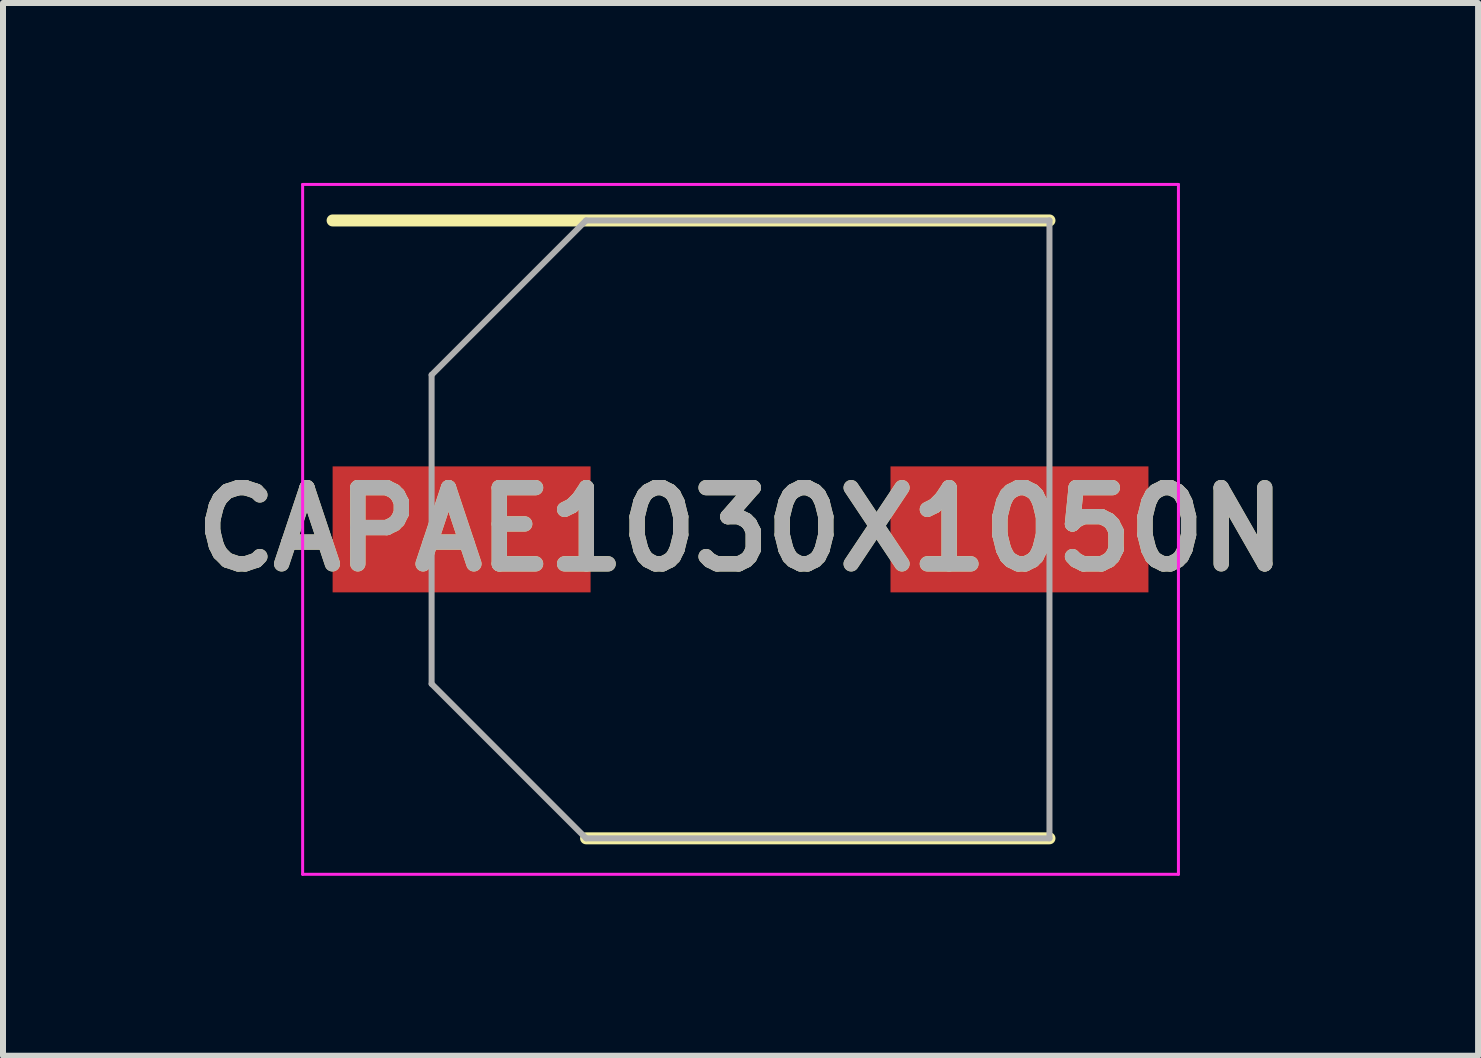
<source format=kicad_pcb>
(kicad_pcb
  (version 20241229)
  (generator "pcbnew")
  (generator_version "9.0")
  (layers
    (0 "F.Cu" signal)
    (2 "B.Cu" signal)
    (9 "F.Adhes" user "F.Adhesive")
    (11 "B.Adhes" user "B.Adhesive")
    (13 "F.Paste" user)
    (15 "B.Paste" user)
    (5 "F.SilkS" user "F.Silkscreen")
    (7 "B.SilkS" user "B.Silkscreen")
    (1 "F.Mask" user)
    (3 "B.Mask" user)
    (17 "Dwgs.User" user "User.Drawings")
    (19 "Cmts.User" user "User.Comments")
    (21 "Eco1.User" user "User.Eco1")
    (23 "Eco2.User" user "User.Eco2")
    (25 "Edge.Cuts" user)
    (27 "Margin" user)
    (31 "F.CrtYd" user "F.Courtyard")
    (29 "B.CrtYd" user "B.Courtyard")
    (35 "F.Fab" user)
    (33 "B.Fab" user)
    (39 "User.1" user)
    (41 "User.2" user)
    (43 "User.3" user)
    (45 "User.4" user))
  (footprint "CAPAE1030X1050N"
    (layer "F.Cu")
    (at 9.295 5.775)
    (property "Reference" "CAPAE1030X1050N" (at 0 0 0) (layer "F.SilkS") (effects (font (size 1.27 1.27) (thickness 0.254))))
    (attr smd)
    (fp_line (start -6.8 -5.15) (end 5.15 -5.15) (stroke (width 0.2) (type solid)) (layer "F.SilkS"))
    (fp_line (start -2.575 5.15) (end 5.15 5.15) (stroke (width 0.2) (type solid)) (layer "F.SilkS"))
    (fp_line (start -7.3 -5.75) (end 7.3 -5.75) (stroke (width 0.05) (type solid)) (layer "F.CrtYd"))
    (fp_line (start -7.3 5.75) (end -7.3 -5.75) (stroke (width 0.05) (type solid)) (layer "F.CrtYd"))
    (fp_line (start 7.3 -5.75) (end 7.3 5.75) (stroke (width 0.05) (type solid)) (layer "F.CrtYd"))
    (fp_line (start 7.3 5.75) (end -7.3 5.75) (stroke (width 0.05) (type solid)) (layer "F.CrtYd"))
    (fp_line (start -5.15 -2.575) (end -5.15 2.575) (stroke (width 0.1) (type solid)) (layer "F.Fab"))
    (fp_line (start -5.15 2.575) (end -2.575 5.15) (stroke (width 0.1) (type solid)) (layer "F.Fab"))
    (fp_line (start -2.575 -5.15) (end -5.15 -2.575) (stroke (width 0.1) (type solid)) (layer "F.Fab"))
    (fp_line (start -2.575 5.15) (end 5.15 5.15) (stroke (width 0.1) (type solid)) (layer "F.Fab"))
    (fp_line (start 5.15 -5.15) (end -2.575 -5.15) (stroke (width 0.1) (type solid)) (layer "F.Fab"))
    (fp_line (start 5.15 5.15) (end 5.15 -5.15) (stroke (width 0.1) (type solid)) (layer "F.Fab"))
    (fp_text user "${REFERENCE}" (at 0 0 0) (layer "F.Fab") (effects (font (size 1.27 1.27) (thickness 0.254))))
    (pad "1" smd rect (at -4.65 0 90) (size 2.1 4.3) (layers "F.Cu" "F.Mask" "F.Paste"))
    (pad "2" smd rect (at 4.65 0 90) (size 2.1 4.3) (layers "F.Cu" "F.Mask" "F.Paste")))
  (gr_rect
    (start -3 -3)
    (end 21.59 14.55)
    (stroke (width 0.1) (type default))
    (fill no)
    (layer "Edge.Cuts")))
</source>
